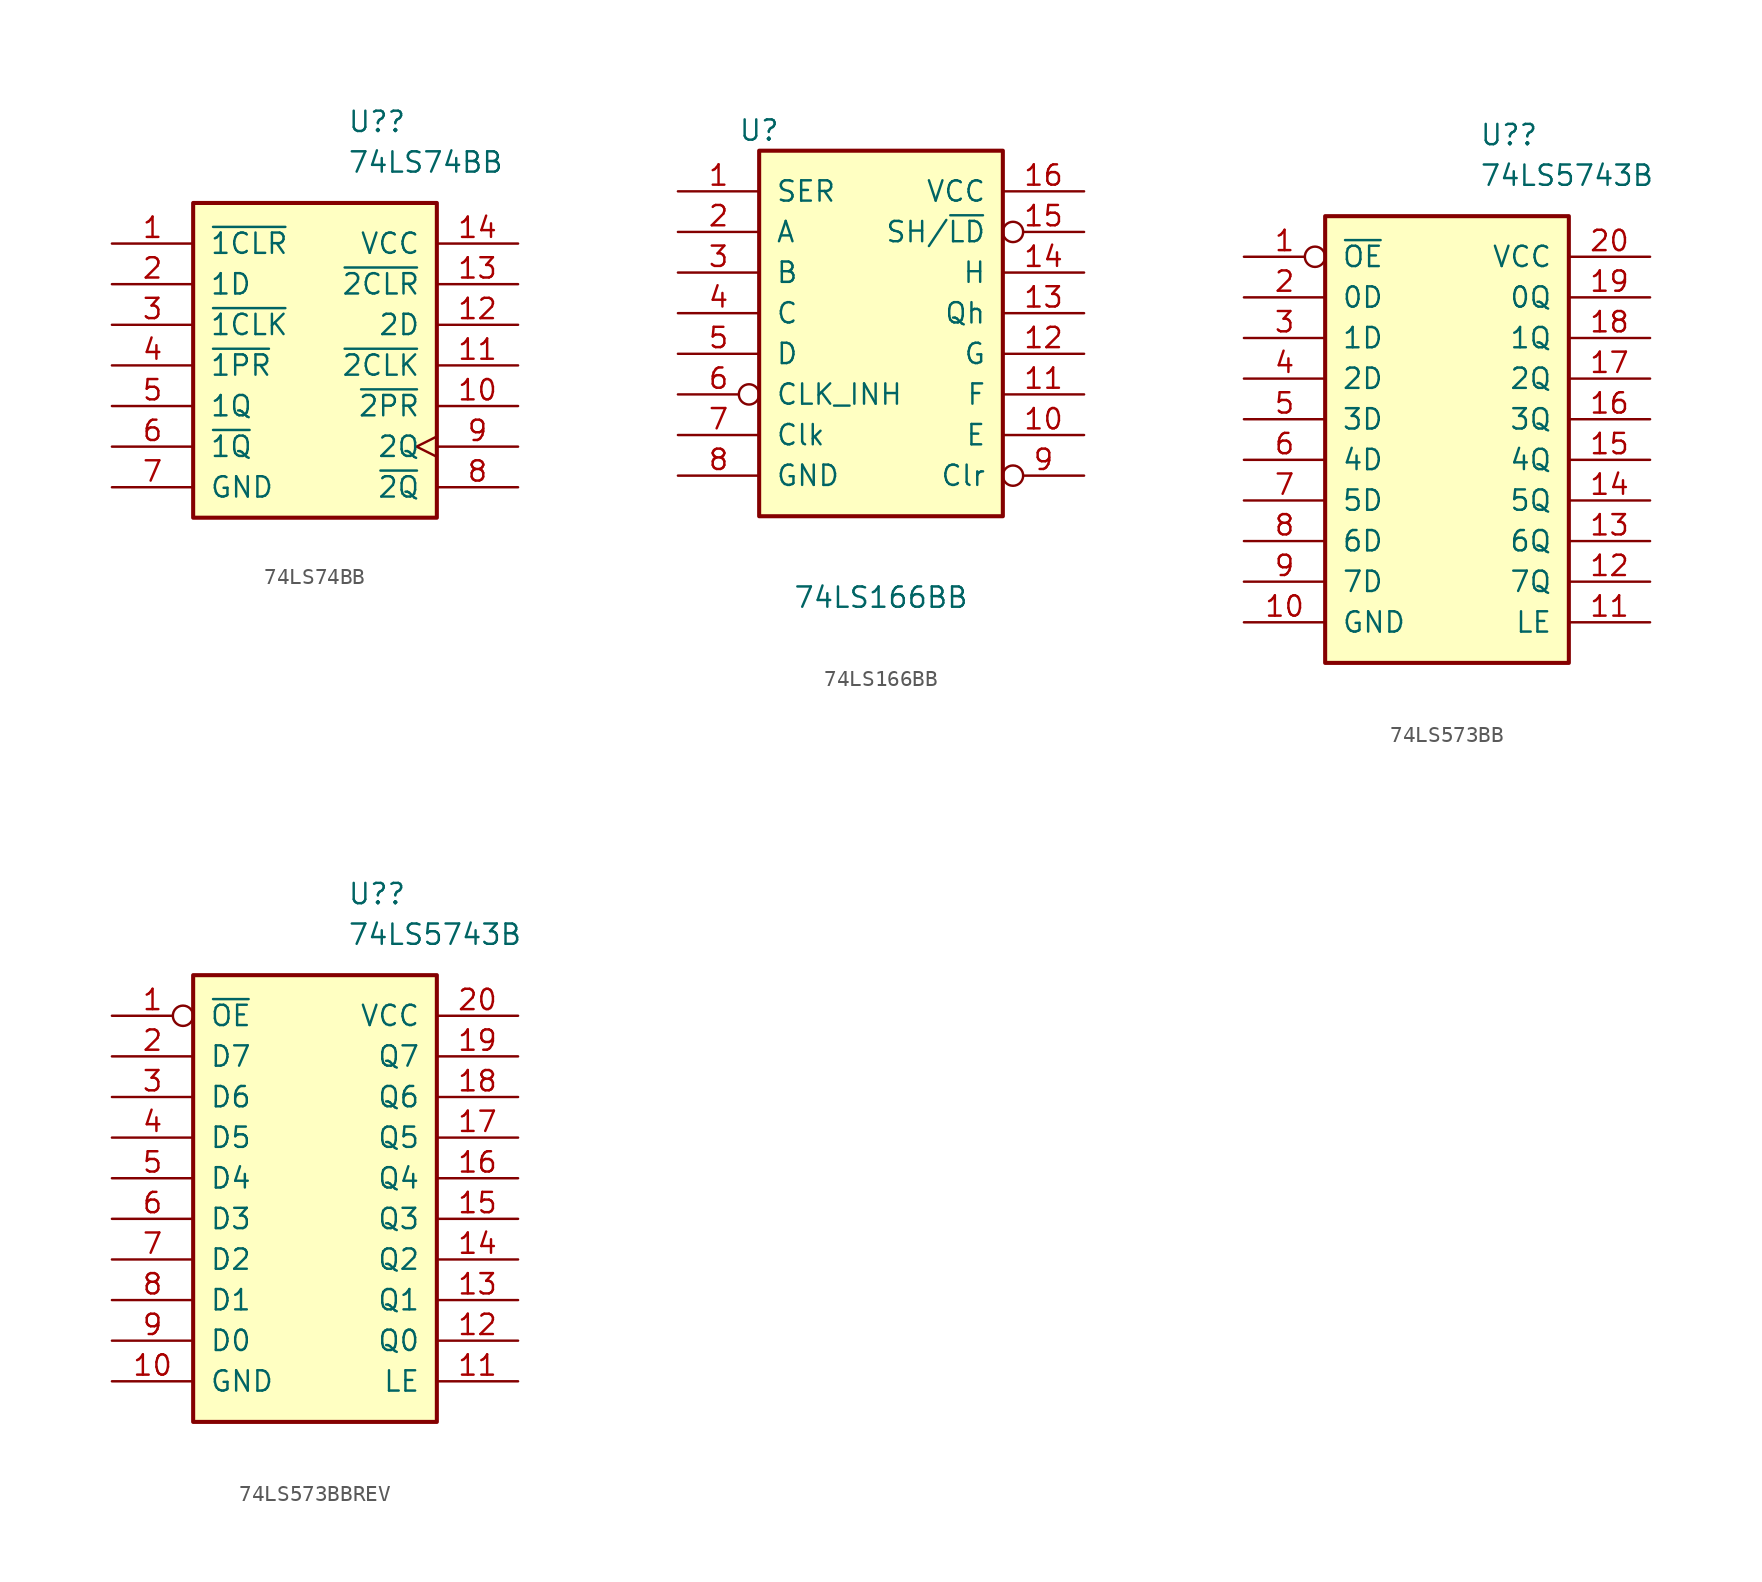
<source format=kicad_sym>
(kicad_symbol_lib
  (version 20231120)
  (generator "kicad_symbol_editor")
  (generator_version "8.0")
  (symbol "74LS74BB"
    (pin_names
      (offset 1.016))
    (property "Reference" "U?"
      (at 2.019 17.78 0)
      (effects (font (size 1.27 1.27)) (justify left)))
    (property "Value" "74LS74BB"
      (at 2.019 15.24 0)
      (effects (font (size 1.27 1.27)) (justify left)))
    (symbol "74LS74BB_1_0"
      (pin input line (at -12.7 10.16 0) (length 5.08) (name "~{1CLR}" (effects (font (size 1.27 1.27)))) (number "1" (effects (font (size 1.27 1.27)))))
      (pin output line (at 12.7 0 180) (length 5.08) (name "~{2PR}" (effects (font (size 1.27 1.27)))) (number "10" (effects (font (size 1.27 1.27)))))
      (pin input line (at 12.7 2.54 180) (length 5.08) (name "~{2CLK}" (effects (font (size 1.27 1.27)))) (number "11" (effects (font (size 1.27 1.27)))))
      (pin input line (at 12.7 5.08 180) (length 5.08) (name "2D" (effects (font (size 1.27 1.27)))) (number "12" (effects (font (size 1.27 1.27)))))
      (pin input line (at 12.7 7.62 180) (length 5.08) (name "~{2CLR}" (effects (font (size 1.27 1.27)))) (number "13" (effects (font (size 1.27 1.27)))))
      (pin power_in line (at 12.7 10.16 180) (length 5.08) (name "VCC" (effects (font (size 1.27 1.27)))) (number "14" (effects (font (size 1.27 1.27)))))
      (pin input line (at -12.7 7.62 0) (length 5.08) (name "1D" (effects (font (size 1.27 1.27)))) (number "2" (effects (font (size 1.27 1.27)))))
      (pin input line (at -12.7 5.08 0) (length 5.08) (name "~{1CLK}" (effects (font (size 1.27 1.27)))) (number "3" (effects (font (size 1.27 1.27)))))
      (pin input line (at -12.7 2.54 0) (length 5.08) (name "~{1PR}" (effects (font (size 1.27 1.27)))) (number "4" (effects (font (size 1.27 1.27)))))
      (pin input line (at -12.7 0 0) (length 5.08) (name "1Q" (effects (font (size 1.27 1.27)))) (number "5" (effects (font (size 1.27 1.27)))))
      (pin output line (at -12.7 -2.54 0) (length 5.08) (name "~{1Q}" (effects (font (size 1.27 1.27)))) (number "6" (effects (font (size 1.27 1.27)))))
      (pin power_in line (at -12.7 -5.08 0) (length 5.08) (name "GND" (effects (font (size 1.27 1.27)))) (number "7" (effects (font (size 1.27 1.27)))))
      (pin output line (at 12.7 -5.08 180) (length 5.08) (name "~{2Q}" (effects (font (size 1.27 1.27)))) (number "8" (effects (font (size 1.27 1.27)))))
      (pin input clock (at 12.7 -2.54 180) (length 5.08) (name "2Q" (effects (font (size 1.27 1.27)))) (number "9" (effects (font (size 1.27 1.27))))))
    (symbol "74LS74BB_1_1"
      (rectangle (start -7.62 12.7) (end 7.62 -6.985) (stroke (width 0.254) (type default)) (fill (type background)))))
  (symbol "74LS166BB"
    (pin_names
      (offset 1.016))
    (property "Reference" "U"
      (at -7.62 21.59 0)
      (effects (font (size 1.27 1.27))))
    (property "Value" "74LS166BB"
      (at 0 -7.62 0)
      (effects (font (size 1.27 1.27))))
    (property "ki_locked" ""
      (at 0 0 0)
      (effects (font (size 1.27 1.27))))
    (symbol "74LS166BB_1_0"
      (pin input line (at -12.7 17.78 0) (length 5.08) (name "SER" (effects (font (size 1.27 1.27)))) (number "1" (effects (font (size 1.27 1.27)))))
      (pin input line (at 12.7 2.54 180) (length 5.08) (name "E" (effects (font (size 1.27 1.27)))) (number "10" (effects (font (size 1.27 1.27)))))
      (pin input line (at 12.7 5.08 180) (length 5.08) (name "F" (effects (font (size 1.27 1.27)))) (number "11" (effects (font (size 1.27 1.27)))))
      (pin input line (at 12.7 7.62 180) (length 5.08) (name "G" (effects (font (size 1.27 1.27)))) (number "12" (effects (font (size 1.27 1.27)))))
      (pin output line (at 12.7 10.16 180) (length 5.08) (name "Qh" (effects (font (size 1.27 1.27)))) (number "13" (effects (font (size 1.27 1.27)))))
      (pin input line (at 12.7 12.7 180) (length 5.08) (name "H" (effects (font (size 1.27 1.27)))) (number "14" (effects (font (size 1.27 1.27)))))
      (pin input inverted (at 12.7 15.24 180) (length 5.08) (name "SH/~{LD}" (effects (font (size 1.27 1.27)))) (number "15" (effects (font (size 1.27 1.27)))))
      (pin power_in line (at 12.7 17.78 180) (length 5.08) (name "VCC" (effects (font (size 1.27 1.27)))) (number "16" (effects (font (size 1.27 1.27)))))
      (pin input line (at -12.7 15.24 0) (length 5.08) (name "A" (effects (font (size 1.27 1.27)))) (number "2" (effects (font (size 1.27 1.27)))))
      (pin input line (at -12.7 12.7 0) (length 5.08) (name "B" (effects (font (size 1.27 1.27)))) (number "3" (effects (font (size 1.27 1.27)))))
      (pin input line (at -12.7 10.16 0) (length 5.08) (name "C" (effects (font (size 1.27 1.27)))) (number "4" (effects (font (size 1.27 1.27)))))
      (pin input line (at -12.7 7.62 0) (length 5.08) (name "D" (effects (font (size 1.27 1.27)))) (number "5" (effects (font (size 1.27 1.27)))))
      (pin input inverted (at -12.7 5.08 0) (length 5.08) (name "CLK_INH" (effects (font (size 1.27 1.27)))) (number "6" (effects (font (size 1.27 1.27)))))
      (pin input line (at -12.7 2.54 0) (length 5.08) (name "Clk" (effects (font (size 1.27 1.27)))) (number "7" (effects (font (size 1.27 1.27)))))
      (pin power_in line (at -12.7 0 0) (length 5.08) (name "GND" (effects (font (size 1.27 1.27)))) (number "8" (effects (font (size 1.27 1.27)))))
      (pin input inverted (at 12.7 0 180) (length 5.08) (name "Clr" (effects (font (size 1.27 1.27)))) (number "9" (effects (font (size 1.27 1.27))))))
    (symbol "74LS166BB_1_1"
      (rectangle (start -7.62 20.32) (end 7.62 -2.54) (stroke (width 0.254) (type default)) (fill (type background)))))
  (symbol "74LS573BB"
    (pin_names
      (offset 1.016))
    (property "Reference" "U?"
      (at 2.019 20.32 0)
      (effects (font (size 1.27 1.27)) (justify left)))
    (property "Value" "74LS5743B"
      (at 2.019 17.78 0)
      (effects (font (size 1.27 1.27)) (justify left)))
    (symbol "74LS573BB_1_0"
      (pin input inverted (at -12.7 12.7 0) (length 5.08) (name "~{OE}" (effects (font (size 1.27 1.27)))) (number "1" (effects (font (size 1.27 1.27)))))
      (pin power_in line (at -12.7 -10.16 0) (length 5.08) (name "GND" (effects (font (size 1.27 1.27)))) (number "10" (effects (font (size 1.27 1.27)))))
      (pin input line (at 12.7 -10.16 180) (length 5.08) (name "LE" (effects (font (size 1.27 1.27)))) (number "11" (effects (font (size 1.27 1.27)))))
      (pin tri_state line (at 12.7 -7.62 180) (length 5.08) (name "7Q" (effects (font (size 1.27 1.27)))) (number "12" (effects (font (size 1.27 1.27)))))
      (pin tri_state line (at 12.7 -5.08 180) (length 5.08) (name "6Q" (effects (font (size 1.27 1.27)))) (number "13" (effects (font (size 1.27 1.27)))))
      (pin tri_state line (at 12.7 -2.54 180) (length 5.08) (name "5Q" (effects (font (size 1.27 1.27)))) (number "14" (effects (font (size 1.27 1.27)))))
      (pin tri_state line (at 12.7 0 180) (length 5.08) (name "4Q" (effects (font (size 1.27 1.27)))) (number "15" (effects (font (size 1.27 1.27)))))
      (pin tri_state line (at 12.7 2.54 180) (length 5.08) (name "3Q" (effects (font (size 1.27 1.27)))) (number "16" (effects (font (size 1.27 1.27)))))
      (pin tri_state line (at 12.7 5.08 180) (length 5.08) (name "2Q" (effects (font (size 1.27 1.27)))) (number "17" (effects (font (size 1.27 1.27)))))
      (pin tri_state line (at 12.7 7.62 180) (length 5.08) (name "1Q" (effects (font (size 1.27 1.27)))) (number "18" (effects (font (size 1.27 1.27)))))
      (pin tri_state line (at 12.7 10.16 180) (length 5.08) (name "0Q" (effects (font (size 1.27 1.27)))) (number "19" (effects (font (size 1.27 1.27)))))
      (pin input line (at -12.7 10.16 0) (length 5.08) (name "0D" (effects (font (size 1.27 1.27)))) (number "2" (effects (font (size 1.27 1.27)))))
      (pin power_in line (at 12.7 12.7 180) (length 5.08) (name "VCC" (effects (font (size 1.27 1.27)))) (number "20" (effects (font (size 1.27 1.27)))))
      (pin input line (at -12.7 7.62 0) (length 5.08) (name "1D" (effects (font (size 1.27 1.27)))) (number "3" (effects (font (size 1.27 1.27)))))
      (pin input line (at -12.7 5.08 0) (length 5.08) (name "2D" (effects (font (size 1.27 1.27)))) (number "4" (effects (font (size 1.27 1.27)))))
      (pin input line (at -12.7 2.54 0) (length 5.08) (name "3D" (effects (font (size 1.27 1.27)))) (number "5" (effects (font (size 1.27 1.27)))))
      (pin input line (at -12.7 0 0) (length 5.08) (name "4D" (effects (font (size 1.27 1.27)))) (number "6" (effects (font (size 1.27 1.27)))))
      (pin input line (at -12.7 -2.54 0) (length 5.08) (name "5D" (effects (font (size 1.27 1.27)))) (number "7" (effects (font (size 1.27 1.27)))))
      (pin input line (at -12.7 -5.08 0) (length 5.08) (name "6D" (effects (font (size 1.27 1.27)))) (number "8" (effects (font (size 1.27 1.27)))))
      (pin input line (at -12.7 -7.62 0) (length 5.08) (name "7D" (effects (font (size 1.27 1.27)))) (number "9" (effects (font (size 1.27 1.27))))))
    (symbol "74LS573BB_1_1"
      (rectangle (start -7.62 15.24) (end 7.62 -12.7) (stroke (width 0.254) (type default)) (fill (type background)))))
  (symbol "74LS573BBREV"
    (pin_names
      (offset 1.016))
    (property "Reference" "U?"
      (at 2.019 20.32 0)
      (effects (font (size 1.27 1.27)) (justify left)))
    (property "Value" "74LS5743B"
      (at 2.019 17.78 0)
      (effects (font (size 1.27 1.27)) (justify left)))
    (symbol "74LS573BBREV_1_0"
      (pin input inverted (at -12.7 12.7 0) (length 5.08) (name "~{OE}" (effects (font (size 1.27 1.27)))) (number "1" (effects (font (size 1.27 1.27)))))
      (pin power_in line (at -12.7 -10.16 0) (length 5.08) (name "GND" (effects (font (size 1.27 1.27)))) (number "10" (effects (font (size 1.27 1.27)))))
      (pin input line (at 12.7 -10.16 180) (length 5.08) (name "LE" (effects (font (size 1.27 1.27)))) (number "11" (effects (font (size 1.27 1.27)))))
      (pin tri_state line (at 12.7 -7.62 180) (length 5.08) (name "Q0" (effects (font (size 1.27 1.27)))) (number "12" (effects (font (size 1.27 1.27)))))
      (pin tri_state line (at 12.7 -5.08 180) (length 5.08) (name "Q1" (effects (font (size 1.27 1.27)))) (number "13" (effects (font (size 1.27 1.27)))))
      (pin tri_state line (at 12.7 -2.54 180) (length 5.08) (name "Q2" (effects (font (size 1.27 1.27)))) (number "14" (effects (font (size 1.27 1.27)))))
      (pin tri_state line (at 12.7 0 180) (length 5.08) (name "Q3" (effects (font (size 1.27 1.27)))) (number "15" (effects (font (size 1.27 1.27)))))
      (pin tri_state line (at 12.7 2.54 180) (length 5.08) (name "Q4" (effects (font (size 1.27 1.27)))) (number "16" (effects (font (size 1.27 1.27)))))
      (pin tri_state line (at 12.7 5.08 180) (length 5.08) (name "Q5" (effects (font (size 1.27 1.27)))) (number "17" (effects (font (size 1.27 1.27)))))
      (pin tri_state line (at 12.7 7.62 180) (length 5.08) (name "Q6" (effects (font (size 1.27 1.27)))) (number "18" (effects (font (size 1.27 1.27)))))
      (pin tri_state line (at 12.7 10.16 180) (length 5.08) (name "Q7" (effects (font (size 1.27 1.27)))) (number "19" (effects (font (size 1.27 1.27)))))
      (pin input line (at -12.7 10.16 0) (length 5.08) (name "D7" (effects (font (size 1.27 1.27)))) (number "2" (effects (font (size 1.27 1.27)))))
      (pin power_in line (at 12.7 12.7 180) (length 5.08) (name "VCC" (effects (font (size 1.27 1.27)))) (number "20" (effects (font (size 1.27 1.27)))))
      (pin input line (at -12.7 7.62 0) (length 5.08) (name "D6" (effects (font (size 1.27 1.27)))) (number "3" (effects (font (size 1.27 1.27)))))
      (pin input line (at -12.7 5.08 0) (length 5.08) (name "D5" (effects (font (size 1.27 1.27)))) (number "4" (effects (font (size 1.27 1.27)))))
      (pin input line (at -12.7 2.54 0) (length 5.08) (name "D4" (effects (font (size 1.27 1.27)))) (number "5" (effects (font (size 1.27 1.27)))))
      (pin input line (at -12.7 0 0) (length 5.08) (name "D3" (effects (font (size 1.27 1.27)))) (number "6" (effects (font (size 1.27 1.27)))))
      (pin input line (at -12.7 -2.54 0) (length 5.08) (name "D2" (effects (font (size 1.27 1.27)))) (number "7" (effects (font (size 1.27 1.27)))))
      (pin input line (at -12.7 -5.08 0) (length 5.08) (name "D1" (effects (font (size 1.27 1.27)))) (number "8" (effects (font (size 1.27 1.27)))))
      (pin input line (at -12.7 -7.62 0) (length 5.08) (name "D0" (effects (font (size 1.27 1.27)))) (number "9" (effects (font (size 1.27 1.27))))))
    (symbol "74LS573BBREV_1_1"
      (rectangle (start -7.62 15.24) (end 7.62 -12.7) (stroke (width 0.254) (type default)) (fill (type background))))))
</source>
